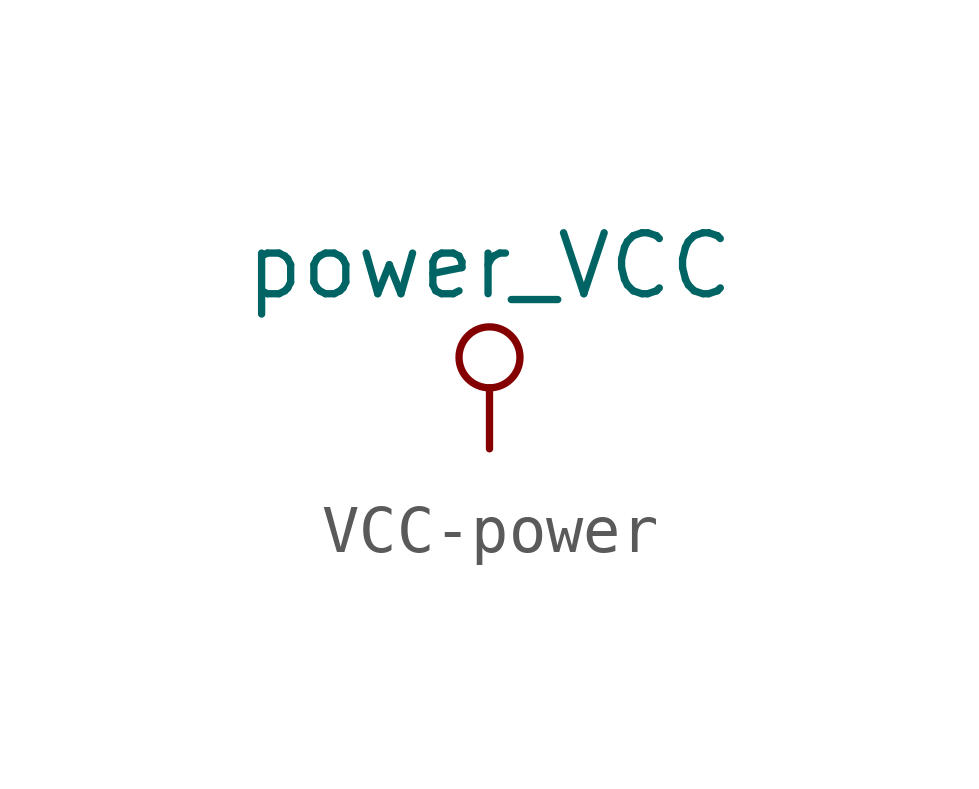
<source format=kicad_sym>
(kicad_symbol_lib
  (version 20241209)
  (generator "kicad_symbol_editor")
  (generator_version "9.0")
  (symbol "VCC-power"
    (power)
    (pin_names
      (offset 0))
    (property "Reference" "#PWR"
      (at 0 -3.81 0)
      (effects (font (size 1.27 1.27)) (hide yes)))
    (property "Value" "power_VCC"
      (at 0 3.81 0)
      (effects (font (size 1.27 1.27))))
    (symbol "VCC-power_0_1"
      (circle (center 0 1.905) (radius 0.635) (stroke (width 0) (type solid)) (fill (type none)))
      (polyline (pts (xy 0 0) (xy 0 1.27)) (stroke (width 0) (type solid)) (fill (type none))))
    (symbol "VCC-power_1_1"
      (pin power_in line (at 0 0 90) (length 0) (hide yes) (name "VCC" (effects (font (size 1.27 1.27)))) (number "1" (effects (font (size 1.27 1.27))))))))
</source>
